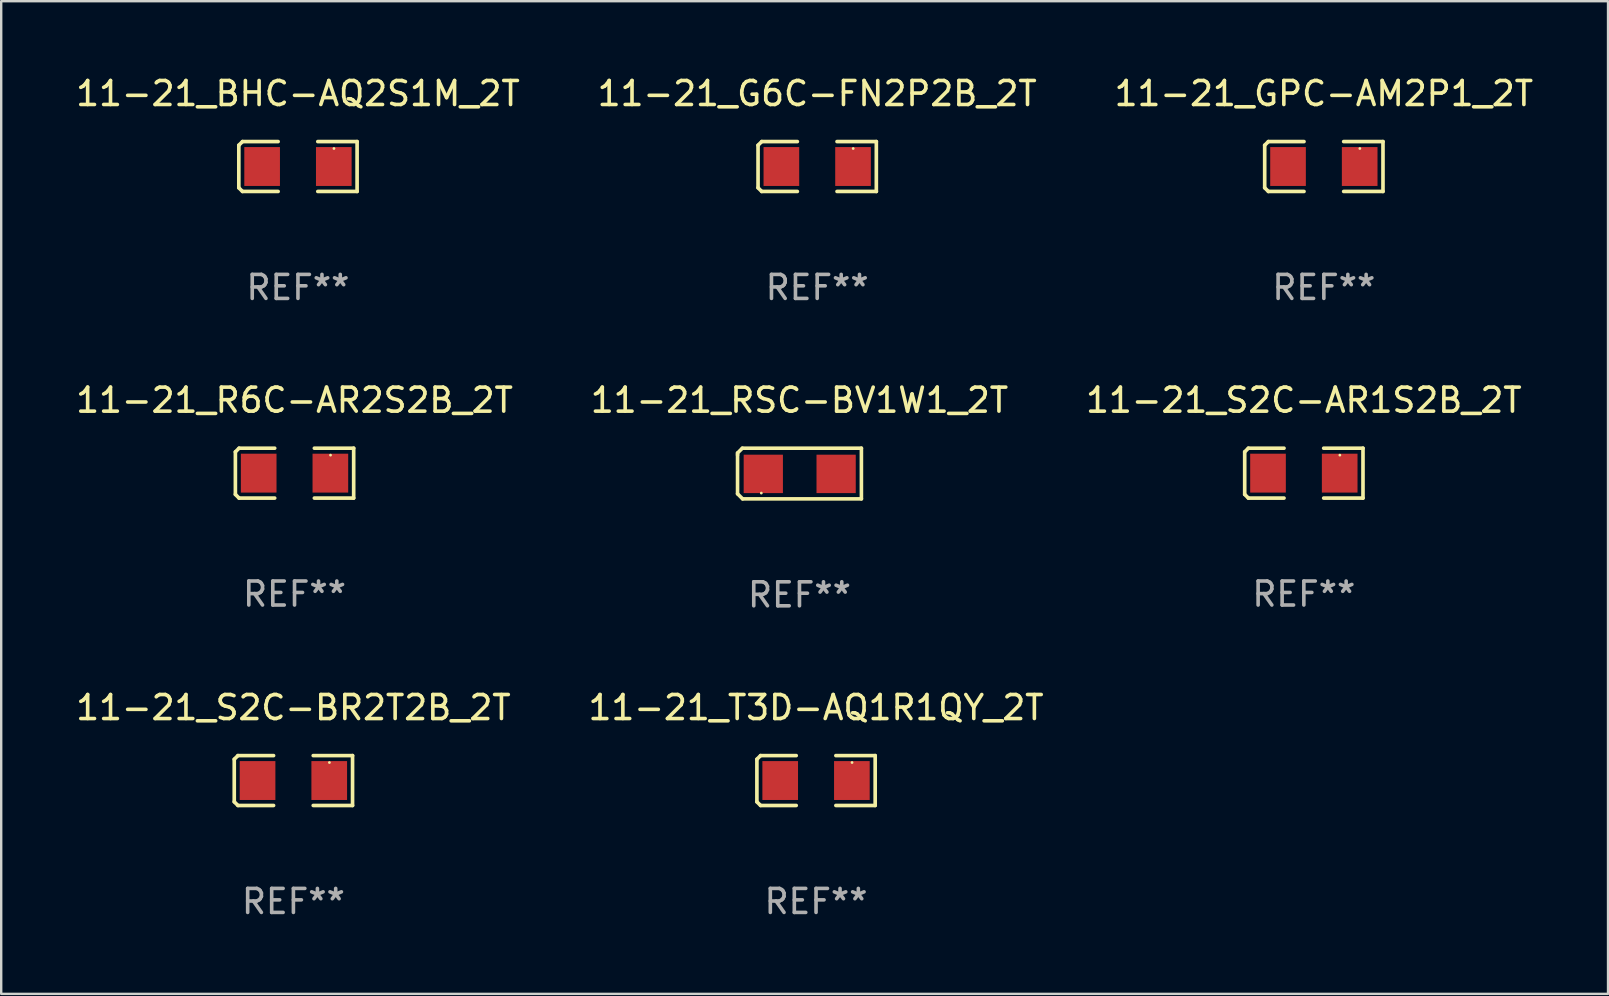
<source format=kicad_pcb>
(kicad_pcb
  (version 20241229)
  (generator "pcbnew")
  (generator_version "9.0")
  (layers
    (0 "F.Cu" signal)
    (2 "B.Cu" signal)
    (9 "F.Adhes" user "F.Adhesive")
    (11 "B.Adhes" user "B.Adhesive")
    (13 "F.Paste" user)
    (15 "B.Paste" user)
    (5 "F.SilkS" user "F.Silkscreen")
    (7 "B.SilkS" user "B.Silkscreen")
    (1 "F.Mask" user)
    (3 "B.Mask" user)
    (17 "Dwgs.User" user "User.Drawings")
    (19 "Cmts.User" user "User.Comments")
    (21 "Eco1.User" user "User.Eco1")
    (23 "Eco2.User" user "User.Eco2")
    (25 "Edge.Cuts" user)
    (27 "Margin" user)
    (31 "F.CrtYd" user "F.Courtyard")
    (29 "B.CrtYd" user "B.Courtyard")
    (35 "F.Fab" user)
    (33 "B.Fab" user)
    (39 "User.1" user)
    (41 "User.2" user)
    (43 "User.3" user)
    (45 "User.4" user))
  (footprint "11-21_T3D-AQ1R1QY_2T"
    (layer "F.Cu")
    (at 30.946 29.467)
    (property "Reference" "11-21_T3D-AQ1R1QY_2T" (at 0 -3.039 0) (layer "F.SilkS") (effects (font (size 1 1) (thickness 0.15))))
    (attr through_hole)
    (fp_line (start -2.464 -0.886) (end -2.311 -1.039) (stroke (width 0.152) (type solid)) (layer "F.SilkS"))
    (fp_line (start -2.464 0.886) (end -2.464 -0.886) (stroke (width 0.152) (type solid)) (layer "F.SilkS"))
    (fp_line (start -2.311 -1.039) (end -0.826 -1.039) (stroke (width 0.152) (type solid)) (layer "F.SilkS"))
    (fp_line (start -2.311 1.039) (end -2.464 0.886) (stroke (width 0.152) (type solid)) (layer "F.SilkS"))
    (fp_line (start -0.826 1.039) (end -2.311 1.039) (stroke (width 0.152) (type solid)) (layer "F.SilkS"))
    (fp_line (start 0.826 1.039) (end 2.464 1.039) (stroke (width 0.152) (type solid)) (layer "F.SilkS"))
    (fp_line (start 2.464 -1.039) (end 0.826 -1.039) (stroke (width 0.152) (type solid)) (layer "F.SilkS"))
    (fp_line (start 2.464 1.039) (end 2.464 -1.039) (stroke (width 0.152) (type solid)) (layer "F.SilkS"))
    (fp_circle (center 1.5 -0.75) (end 1.53 -0.75) (stroke (width 0.06) (type solid)) (fill no) (layer "F.SilkS"))
    (fp_text user "REF**" (at 0 5.039 0) (layer "F.Fab") (effects (font (size 1 1) (thickness 0.15))))
    (pad "1" smd rect (at 1.493 0) (size 1.485 1.62) (layers "F.Cu" "F.Mask" "F.Paste"))
    (pad "2" smd rect (at -1.493 0) (size 1.485 1.62) (layers "F.Cu" "F.Mask" "F.Paste")))
  (footprint "11-21_BHC-AQ2S1M_2T"
    (layer "F.Cu")
    (at 9.363 3.887)
    (property "Reference" "11-21_BHC-AQ2S1M_2T" (at 0 -3.039 0) (layer "F.SilkS") (effects (font (size 1 1) (thickness 0.15))))
    (attr through_hole)
    (fp_line (start -2.464 -0.886) (end -2.311 -1.039) (stroke (width 0.152) (type solid)) (layer "F.SilkS"))
    (fp_line (start -2.464 0.886) (end -2.464 -0.886) (stroke (width 0.152) (type solid)) (layer "F.SilkS"))
    (fp_line (start -2.311 -1.039) (end -0.826 -1.039) (stroke (width 0.152) (type solid)) (layer "F.SilkS"))
    (fp_line (start -2.311 1.039) (end -2.464 0.886) (stroke (width 0.152) (type solid)) (layer "F.SilkS"))
    (fp_line (start -0.826 1.039) (end -2.311 1.039) (stroke (width 0.152) (type solid)) (layer "F.SilkS"))
    (fp_line (start 0.826 1.039) (end 2.464 1.039) (stroke (width 0.152) (type solid)) (layer "F.SilkS"))
    (fp_line (start 2.464 -1.039) (end 0.826 -1.039) (stroke (width 0.152) (type solid)) (layer "F.SilkS"))
    (fp_line (start 2.464 1.039) (end 2.464 -1.039) (stroke (width 0.152) (type solid)) (layer "F.SilkS"))
    (fp_circle (center 1.5 -0.75) (end 1.53 -0.75) (stroke (width 0.06) (type solid)) (fill no) (layer "F.SilkS"))
    (fp_text user "REF**" (at 0 5.039 0) (layer "F.Fab") (effects (font (size 1 1) (thickness 0.15))))
    (pad "1" smd rect (at 1.493 0) (size 1.485 1.62) (layers "F.Cu" "F.Mask" "F.Paste"))
    (pad "2" smd rect (at -1.493 0) (size 1.485 1.62) (layers "F.Cu" "F.Mask" "F.Paste")))
  (footprint "11-21_G6C-FN2P2B_2T"
    (layer "F.Cu")
    (at 30.994 3.887)
    (property "Reference" "11-21_G6C-FN2P2B_2T" (at 0 -3.039 0) (layer "F.SilkS") (effects (font (size 1 1) (thickness 0.15))))
    (attr through_hole)
    (fp_line (start -2.464 -0.886) (end -2.311 -1.039) (stroke (width 0.152) (type solid)) (layer "F.SilkS"))
    (fp_line (start -2.464 0.886) (end -2.464 -0.886) (stroke (width 0.152) (type solid)) (layer "F.SilkS"))
    (fp_line (start -2.311 -1.039) (end -0.826 -1.039) (stroke (width 0.152) (type solid)) (layer "F.SilkS"))
    (fp_line (start -2.311 1.039) (end -2.464 0.886) (stroke (width 0.152) (type solid)) (layer "F.SilkS"))
    (fp_line (start -0.826 1.039) (end -2.311 1.039) (stroke (width 0.152) (type solid)) (layer "F.SilkS"))
    (fp_line (start 0.826 1.039) (end 2.464 1.039) (stroke (width 0.152) (type solid)) (layer "F.SilkS"))
    (fp_line (start 2.464 -1.039) (end 0.826 -1.039) (stroke (width 0.152) (type solid)) (layer "F.SilkS"))
    (fp_line (start 2.464 1.039) (end 2.464 -1.039) (stroke (width 0.152) (type solid)) (layer "F.SilkS"))
    (fp_circle (center 1.5 -0.75) (end 1.53 -0.75) (stroke (width 0.06) (type solid)) (fill no) (layer "F.SilkS"))
    (fp_text user "REF**" (at 0 5.039 0) (layer "F.Fab") (effects (font (size 1 1) (thickness 0.15))))
    (pad "1" smd rect (at 1.493 0.000051) (size 1.485 1.62) (layers "F.Cu" "F.Mask" "F.Paste"))
    (pad "2" smd rect (at -1.492 0.000051) (size 1.485 1.62) (layers "F.Cu" "F.Mask" "F.Paste")))
  (footprint "11-21_RSC-BV1W1_2T"
    (layer "F.Cu")
    (at 30.256 16.677)
    (property "Reference" "11-21_RSC-BV1W1_2T" (at 0 -3.055 0) (layer "F.SilkS") (effects (font (size 1 1) (thickness 0.15))))
    (attr through_hole)
    (fp_line (start -2.58 -0.855) (end -2.38 -1.055) (stroke (width 0.15) (type solid)) (layer "F.SilkS"))
    (fp_line (start -2.58 -0.775) (end -2.58 -0.855) (stroke (width 0.15) (type solid)) (layer "F.SilkS"))
    (fp_line (start -2.58 -0.775) (end -2.58 0.845) (stroke (width 0.15) (type solid)) (layer "F.SilkS"))
    (fp_line (start -2.58 0.845) (end -2.37 1.055) (stroke (width 0.15) (type solid)) (layer "F.SilkS"))
    (fp_line (start -2.38 -1.055) (end 2.58 -1.055) (stroke (width 0.15) (type solid)) (layer "F.SilkS"))
    (fp_line (start 2.58 -1.055) (end 2.58 1.055) (stroke (width 0.15) (type solid)) (layer "F.SilkS"))
    (fp_line (start 2.58 1.055) (end -2.37 1.055) (stroke (width 0.15) (type solid)) (layer "F.SilkS"))
    (fp_circle (center -1.59 0.815) (end -1.56 0.815) (stroke (width 0.06) (type solid)) (fill no) (layer "F.SilkS"))
    (fp_text user "REF**" (at 0 5.055 0) (layer "F.Fab") (effects (font (size 1 1) (thickness 0.15))))
    (pad "1" smd rect (at -1.507 0.015) (size 1.635 1.6) (layers "F.Cu" "F.Mask" "F.Paste"))
    (pad "2" smd rect (at 1.527 0.015) (size 1.635 1.6) (layers "F.Cu" "F.Mask" "F.Paste")))
  (footprint "11-21_S2C-BR2T2B_2T"
    (layer "F.Cu")
    (at 9.173 29.467)
    (property "Reference" "11-21_S2C-BR2T2B_2T" (at 0 -3.039 0) (layer "F.SilkS") (effects (font (size 1 1) (thickness 0.15))))
    (attr through_hole)
    (fp_line (start -2.464 -0.886) (end -2.311 -1.039) (stroke (width 0.152) (type solid)) (layer "F.SilkS"))
    (fp_line (start -2.464 0.886) (end -2.464 -0.886) (stroke (width 0.152) (type solid)) (layer "F.SilkS"))
    (fp_line (start -2.311 -1.039) (end -0.826 -1.039) (stroke (width 0.152) (type solid)) (layer "F.SilkS"))
    (fp_line (start -2.311 1.039) (end -2.464 0.886) (stroke (width 0.152) (type solid)) (layer "F.SilkS"))
    (fp_line (start -0.826 1.039) (end -2.311 1.039) (stroke (width 0.152) (type solid)) (layer "F.SilkS"))
    (fp_line (start 0.826 1.039) (end 2.464 1.039) (stroke (width 0.152) (type solid)) (layer "F.SilkS"))
    (fp_line (start 2.464 -1.039) (end 0.826 -1.039) (stroke (width 0.152) (type solid)) (layer "F.SilkS"))
    (fp_line (start 2.464 1.039) (end 2.464 -1.039) (stroke (width 0.152) (type solid)) (layer "F.SilkS"))
    (fp_circle (center 1.5 -0.75) (end 1.53 -0.75) (stroke (width 0.06) (type solid)) (fill no) (layer "F.SilkS"))
    (fp_text user "REF**" (at 0 5.039 0) (layer "F.Fab") (effects (font (size 1 1) (thickness 0.15))))
    (pad "1" smd rect (at 1.493 0) (size 1.485 1.62) (layers "F.Cu" "F.Mask" "F.Paste"))
    (pad "2" smd rect (at -1.493 0) (size 1.485 1.62) (layers "F.Cu" "F.Mask" "F.Paste")))
  (footprint "11-21_GPC-AM2P1_2T"
    (layer "F.Cu")
    (at 52.101 3.887)
    (property "Reference" "11-21_GPC-AM2P1_2T" (at 0 -3.039 0) (layer "F.SilkS") (effects (font (size 1 1) (thickness 0.15))))
    (attr through_hole)
    (fp_line (start -2.464 -0.886) (end -2.311 -1.039) (stroke (width 0.152) (type solid)) (layer "F.SilkS"))
    (fp_line (start -2.464 0.886) (end -2.464 -0.886) (stroke (width 0.152) (type solid)) (layer "F.SilkS"))
    (fp_line (start -2.311 -1.039) (end -0.826 -1.039) (stroke (width 0.152) (type solid)) (layer "F.SilkS"))
    (fp_line (start -2.311 1.039) (end -2.464 0.886) (stroke (width 0.152) (type solid)) (layer "F.SilkS"))
    (fp_line (start -0.826 1.039) (end -2.311 1.039) (stroke (width 0.152) (type solid)) (layer "F.SilkS"))
    (fp_line (start 0.826 1.039) (end 2.464 1.039) (stroke (width 0.152) (type solid)) (layer "F.SilkS"))
    (fp_line (start 2.464 -1.039) (end 0.826 -1.039) (stroke (width 0.152) (type solid)) (layer "F.SilkS"))
    (fp_line (start 2.464 1.039) (end 2.464 -1.039) (stroke (width 0.152) (type solid)) (layer "F.SilkS"))
    (fp_circle (center 1.5 -0.75) (end 1.53 -0.75) (stroke (width 0.06) (type solid)) (fill no) (layer "F.SilkS"))
    (fp_text user "REF**" (at 0 5.039 0) (layer "F.Fab") (effects (font (size 1 1) (thickness 0.15))))
    (pad "1" smd rect (at 1.493 0.000051) (size 1.485 1.62) (layers "F.Cu" "F.Mask" "F.Paste"))
    (pad "2" smd rect (at -1.492 0.000051) (size 1.485 1.62) (layers "F.Cu" "F.Mask" "F.Paste")))
  (footprint "11-21_S2C-AR1S2B_2T"
    (layer "F.Cu")
    (at 51.268 16.661)
    (property "Reference" "11-21_S2C-AR1S2B_2T" (at 0 -3.039 0) (layer "F.SilkS") (effects (font (size 1 1) (thickness 0.15))))
    (attr through_hole)
    (fp_line (start -2.464 -0.886) (end -2.311 -1.039) (stroke (width 0.152) (type solid)) (layer "F.SilkS"))
    (fp_line (start -2.464 0.886) (end -2.464 -0.886) (stroke (width 0.152) (type solid)) (layer "F.SilkS"))
    (fp_line (start -2.311 -1.039) (end -0.826 -1.039) (stroke (width 0.152) (type solid)) (layer "F.SilkS"))
    (fp_line (start -2.311 1.039) (end -2.464 0.886) (stroke (width 0.152) (type solid)) (layer "F.SilkS"))
    (fp_line (start -0.826 1.039) (end -2.311 1.039) (stroke (width 0.152) (type solid)) (layer "F.SilkS"))
    (fp_line (start 0.826 1.039) (end 2.464 1.039) (stroke (width 0.152) (type solid)) (layer "F.SilkS"))
    (fp_line (start 2.464 -1.039) (end 0.826 -1.039) (stroke (width 0.152) (type solid)) (layer "F.SilkS"))
    (fp_line (start 2.464 1.039) (end 2.464 -1.039) (stroke (width 0.152) (type solid)) (layer "F.SilkS"))
    (fp_circle (center 1.5 -0.75) (end 1.53 -0.75) (stroke (width 0.06) (type solid)) (fill no) (layer "F.SilkS"))
    (fp_text user "REF**" (at 0 5.039 0) (layer "F.Fab") (effects (font (size 1 1) (thickness 0.15))))
    (pad "1" smd rect (at 1.493 0) (size 1.485 1.62) (layers "F.Cu" "F.Mask" "F.Paste"))
    (pad "2" smd rect (at -1.493 0) (size 1.485 1.62) (layers "F.Cu" "F.Mask" "F.Paste")))
  (footprint "11-21_R6C-AR2S2B_2T"
    (layer "F.Cu")
    (at 9.22 16.661)
    (property "Reference" "11-21_R6C-AR2S2B_2T" (at 0 -3.039 0) (layer "F.SilkS") (effects (font (size 1 1) (thickness 0.15))))
    (attr through_hole)
    (fp_line (start -2.464 -0.886) (end -2.311 -1.039) (stroke (width 0.152) (type solid)) (layer "F.SilkS"))
    (fp_line (start -2.464 0.886) (end -2.464 -0.886) (stroke (width 0.152) (type solid)) (layer "F.SilkS"))
    (fp_line (start -2.311 -1.039) (end -0.826 -1.039) (stroke (width 0.152) (type solid)) (layer "F.SilkS"))
    (fp_line (start -2.311 1.039) (end -2.464 0.886) (stroke (width 0.152) (type solid)) (layer "F.SilkS"))
    (fp_line (start -0.826 1.039) (end -2.311 1.039) (stroke (width 0.152) (type solid)) (layer "F.SilkS"))
    (fp_line (start 0.826 1.039) (end 2.464 1.039) (stroke (width 0.152) (type solid)) (layer "F.SilkS"))
    (fp_line (start 2.464 -1.039) (end 0.826 -1.039) (stroke (width 0.152) (type solid)) (layer "F.SilkS"))
    (fp_line (start 2.464 1.039) (end 2.464 -1.039) (stroke (width 0.152) (type solid)) (layer "F.SilkS"))
    (fp_circle (center 1.5 -0.75) (end 1.53 -0.75) (stroke (width 0.06) (type solid)) (fill no) (layer "F.SilkS"))
    (fp_text user "REF**" (at 0 5.039 0) (layer "F.Fab") (effects (font (size 1 1) (thickness 0.15))))
    (pad "1" smd rect (at 1.493 0) (size 1.485 1.62) (layers "F.Cu" "F.Mask" "F.Paste"))
    (pad "2" smd rect (at -1.493 0) (size 1.485 1.62) (layers "F.Cu" "F.Mask" "F.Paste")))
  (gr_rect
    (start -3 -3)
    (end 63.94 38.354)
    (stroke (width 0.1) (type default))
    (fill no)
    (layer "Edge.Cuts")))
</source>
